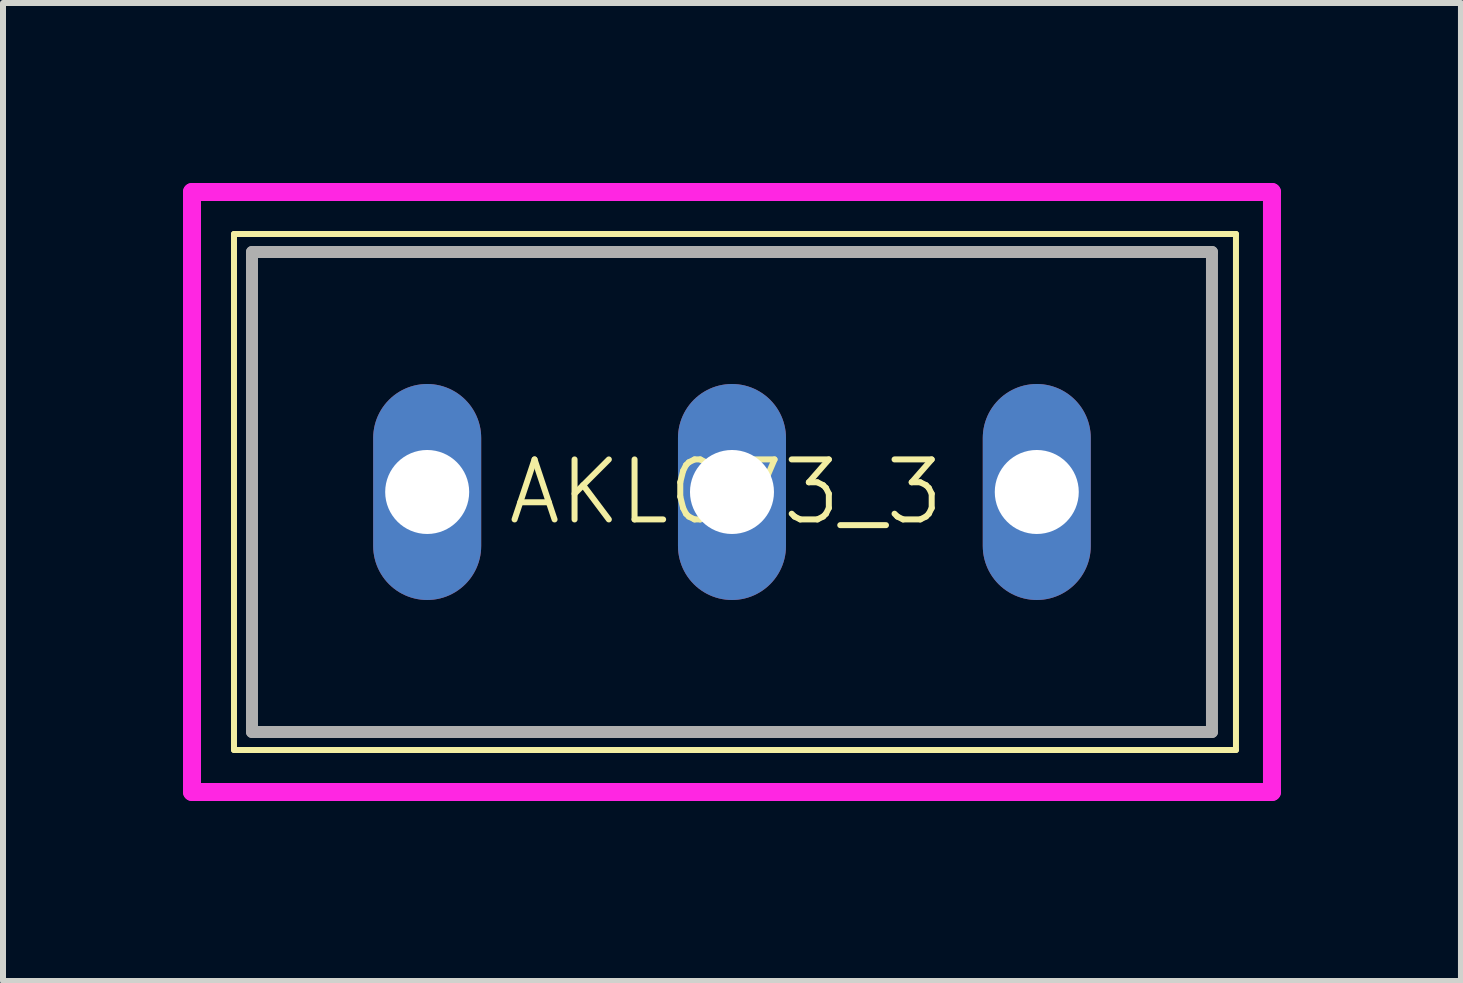
<source format=kicad_pcb>
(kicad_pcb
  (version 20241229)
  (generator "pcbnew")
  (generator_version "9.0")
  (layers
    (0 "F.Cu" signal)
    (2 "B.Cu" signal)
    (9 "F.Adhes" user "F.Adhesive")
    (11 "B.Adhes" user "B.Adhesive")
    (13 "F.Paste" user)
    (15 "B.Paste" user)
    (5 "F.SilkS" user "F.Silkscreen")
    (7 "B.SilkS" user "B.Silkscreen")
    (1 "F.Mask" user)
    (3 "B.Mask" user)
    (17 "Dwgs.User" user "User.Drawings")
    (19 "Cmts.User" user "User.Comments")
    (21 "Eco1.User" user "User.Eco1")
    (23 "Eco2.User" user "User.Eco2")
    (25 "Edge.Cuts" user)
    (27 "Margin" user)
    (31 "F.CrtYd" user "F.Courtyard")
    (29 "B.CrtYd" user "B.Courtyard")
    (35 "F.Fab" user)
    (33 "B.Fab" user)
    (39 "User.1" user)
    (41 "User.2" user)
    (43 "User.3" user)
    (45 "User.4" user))
  (footprint "AKL073_3"
    (layer "F.Cu")
    (at 9.15 5.15)
    (property "Reference" "AKL073_3" (at -0.1 0 0) (unlocked yes) (layer "F.SilkS") (effects (font (size 1 1) (thickness 0.1))))
    (attr through_hole)
    (fp_line (start -8.3 -4.3) (end 8.4 -4.3) (stroke (width 0.1) (type default)) (layer "F.SilkS"))
    (fp_line (start -8.3 4.3) (end -8.3 -4.3) (stroke (width 0.1) (type default)) (layer "F.SilkS"))
    (fp_line (start 8.4 -4.3) (end 8.4 4.3) (stroke (width 0.1) (type default)) (layer "F.SilkS"))
    (fp_line (start 8.4 4.3) (end -8.3 4.3) (stroke (width 0.1) (type default)) (layer "F.SilkS"))
    (fp_line (start -9 -5) (end 9 -5) (stroke (width 0.3) (type default)) (layer "F.CrtYd"))
    (fp_line (start -9 5) (end -9 -5) (stroke (width 0.3) (type default)) (layer "F.CrtYd"))
    (fp_line (start 9 -5) (end 9 5) (stroke (width 0.3) (type default)) (layer "F.CrtYd"))
    (fp_line (start 9 5) (end -9 5) (stroke (width 0.3) (type default)) (layer "F.CrtYd"))
    (fp_line (start -8 -4) (end 8 -4) (stroke (width 0.2) (type default)) (layer "F.Fab"))
    (fp_line (start -8 4) (end -8 -4) (stroke (width 0.2) (type default)) (layer "F.Fab"))
    (fp_line (start 8 -4) (end 8 4) (stroke (width 0.2) (type default)) (layer "F.Fab"))
    (fp_line (start 8 4) (end -8 4) (stroke (width 0.2) (type default)) (layer "F.Fab"))
    (pad "1" thru_hole oval (at -5.08 0 180) (size 1.8 3.6) (drill 1.4) (layers "*.Cu" "*.Mask"))
    (pad "2" thru_hole oval (at 0 0 180) (size 1.8 3.6) (drill 1.4) (layers "*.Cu" "*.Mask"))
    (pad "3" thru_hole oval (at 5.08 0 180) (size 1.8 3.6) (drill 1.4) (layers "*.Cu" "*.Mask")))
  (gr_rect
    (start -3 -3)
    (end 21.3 13.3)
    (stroke (width 0.1) (type default))
    (fill no)
    (layer "Edge.Cuts")))
</source>
